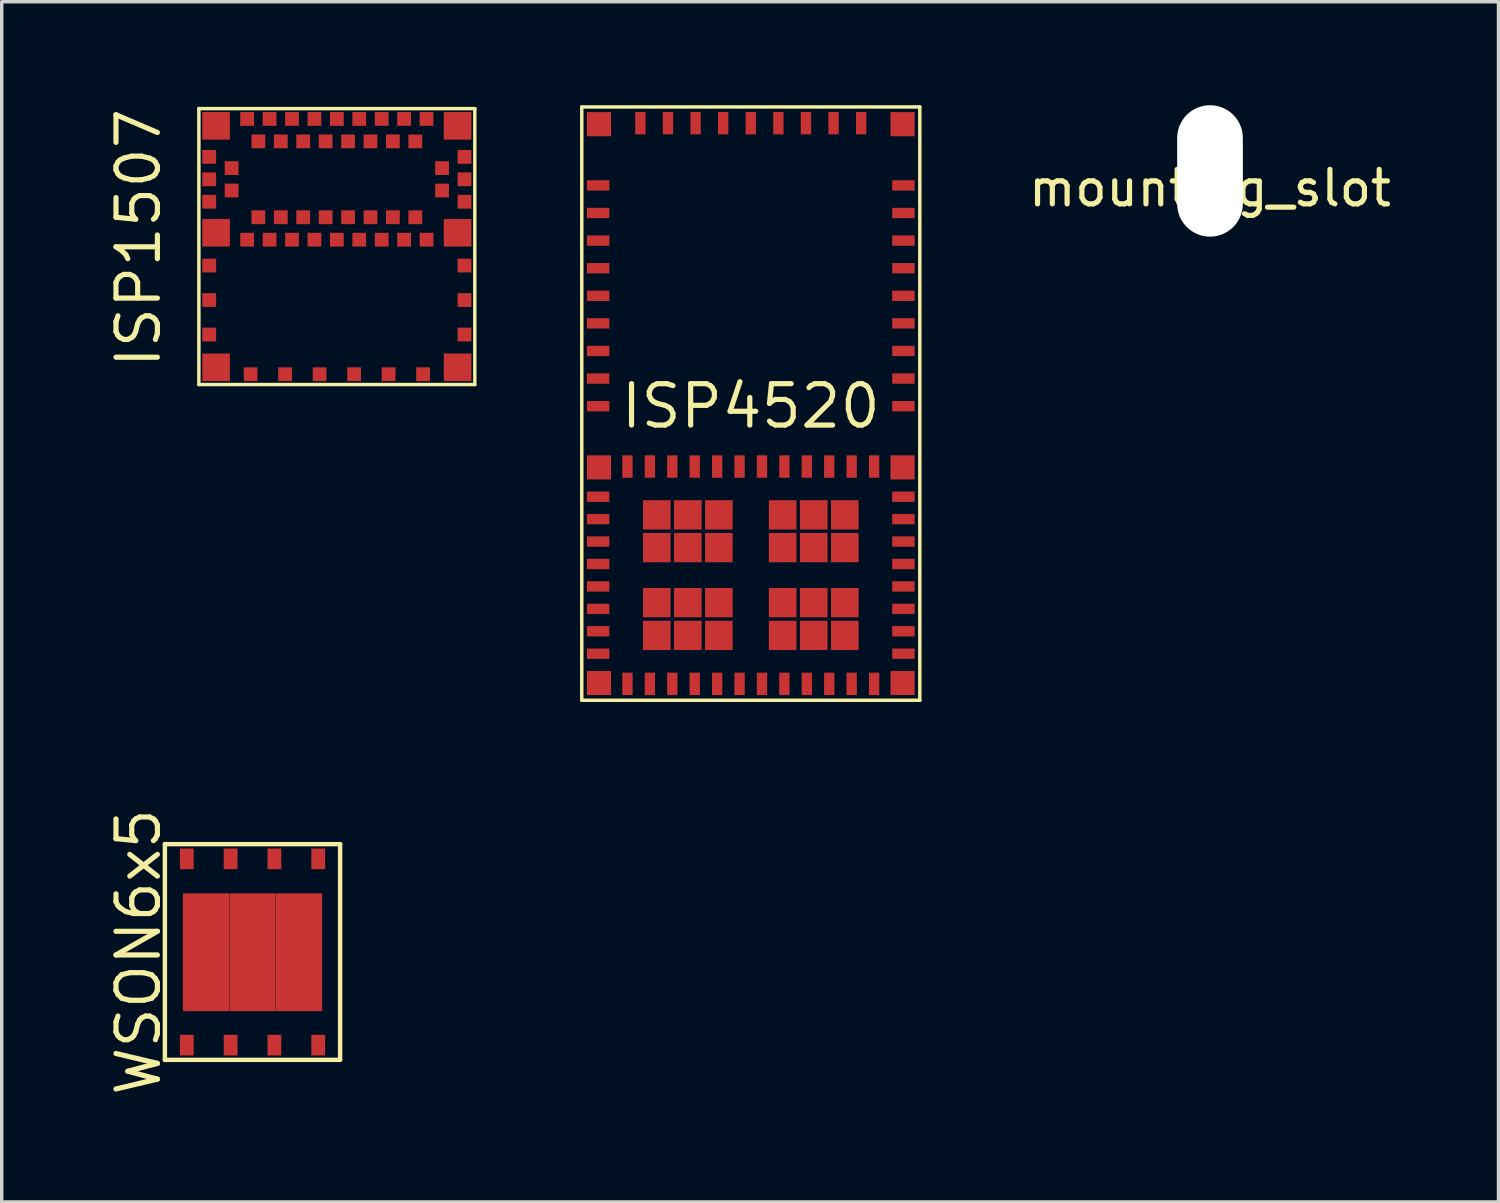
<source format=kicad_pcb>
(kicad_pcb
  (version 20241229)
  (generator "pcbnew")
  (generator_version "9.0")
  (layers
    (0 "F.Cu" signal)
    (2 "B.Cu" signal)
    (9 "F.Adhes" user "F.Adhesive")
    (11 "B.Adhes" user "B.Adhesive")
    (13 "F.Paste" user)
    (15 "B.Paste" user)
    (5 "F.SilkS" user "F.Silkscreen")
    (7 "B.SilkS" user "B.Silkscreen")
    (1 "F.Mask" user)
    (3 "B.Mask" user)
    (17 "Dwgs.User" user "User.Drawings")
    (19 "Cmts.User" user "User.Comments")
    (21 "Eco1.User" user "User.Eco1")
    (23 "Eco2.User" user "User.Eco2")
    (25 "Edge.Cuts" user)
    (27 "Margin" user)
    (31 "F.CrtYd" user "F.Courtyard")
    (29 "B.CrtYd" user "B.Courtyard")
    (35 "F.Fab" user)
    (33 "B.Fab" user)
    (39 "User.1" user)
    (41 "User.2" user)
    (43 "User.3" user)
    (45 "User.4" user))
  (footprint "ISP4520"
    (layer "F.Cu")
    (at 18.715 13.625)
    (property "Reference" "ISP4520" (at 0 -4.9 180) (layer "F.SilkS") (effects (font (size 1.2 1.2) (thickness 0.15))))
    (attr through_hole)
    (fp_line (start -4.9 -13.575) (end -4.9 3.625) (stroke (width 0.1) (type solid)) (layer "F.SilkS"))
    (fp_line (start -4.9 -13.575) (end 4.9 -13.575) (stroke (width 0.1) (type solid)) (layer "F.SilkS"))
    (fp_line (start -4.9 3.625) (end 4.9 3.625) (stroke (width 0.1) (type solid)) (layer "F.SilkS"))
    (fp_line (start 4.9 -13.575) (end 4.9 3.625) (stroke (width 0.1) (type solid)) (layer "F.SilkS"))
    (pad "1" smd rect (at -4.4 3.125) (size 0.7 0.7) (layers "F.Cu" "F.Mask" "F.Paste"))
    (pad "2" smd rect (at -3.575 3.15) (size 0.3 0.65) (layers "F.Cu" "F.Mask" "F.Paste"))
    (pad "3" smd rect (at -2.925 3.15) (size 0.3 0.65) (layers "F.Cu" "F.Mask" "F.Paste"))
    (pad "4" smd rect (at -2.275 3.15) (size 0.3 0.65) (layers "F.Cu" "F.Mask" "F.Paste"))
    (pad "5" smd rect (at -1.625 3.15) (size 0.3 0.65) (layers "F.Cu" "F.Mask" "F.Paste"))
    (pad "6" smd rect (at -0.975 3.15) (size 0.3 0.65) (layers "F.Cu" "F.Mask" "F.Paste"))
    (pad "7" smd rect (at -0.325 3.15) (size 0.3 0.65) (layers "F.Cu" "F.Mask" "F.Paste"))
    (pad "8" smd rect (at 0.325 3.15) (size 0.3 0.65) (layers "F.Cu" "F.Mask" "F.Paste"))
    (pad "9" smd rect (at 0.975 3.15) (size 0.3 0.65) (layers "F.Cu" "F.Mask" "F.Paste"))
    (pad "10" smd rect (at 1.625 3.15) (size 0.3 0.65) (layers "F.Cu" "F.Mask" "F.Paste"))
    (pad "11" smd rect (at 2.275 3.15) (size 0.3 0.65) (layers "F.Cu" "F.Mask" "F.Paste"))
    (pad "12" smd rect (at 2.925 3.15) (size 0.3 0.65) (layers "F.Cu" "F.Mask" "F.Paste"))
    (pad "13" smd rect (at 3.575 3.15) (size 0.3 0.65) (layers "F.Cu" "F.Mask" "F.Paste"))
    (pad "14" smd rect (at 4.4 3.125) (size 0.7 0.7) (layers "F.Cu" "F.Mask" "F.Paste"))
    (pad "15" smd rect (at 4.425 2.275 90) (size 0.3 0.65) (layers "F.Cu" "F.Mask" "F.Paste"))
    (pad "16" smd rect (at 4.425 1.625 90) (size 0.3 0.65) (layers "F.Cu" "F.Mask" "F.Paste"))
    (pad "17" smd rect (at 4.425 0.975 90) (size 0.3 0.65) (layers "F.Cu" "F.Mask" "F.Paste"))
    (pad "18" smd rect (at 4.425 0.325 90) (size 0.3 0.65) (layers "F.Cu" "F.Mask" "F.Paste"))
    (pad "19" smd rect (at 4.425 -0.325 90) (size 0.3 0.65) (layers "F.Cu" "F.Mask" "F.Paste"))
    (pad "20" smd rect (at 4.425 -0.975 90) (size 0.3 0.65) (layers "F.Cu" "F.Mask" "F.Paste"))
    (pad "21" smd rect (at 4.425 -1.625 90) (size 0.3 0.65) (layers "F.Cu" "F.Mask" "F.Paste"))
    (pad "22" smd rect (at 4.425 -2.275 90) (size 0.3 0.65) (layers "F.Cu" "F.Mask" "F.Paste"))
    (pad "23" smd rect (at 4.4 -3.125) (size 0.7 0.7) (layers "F.Cu" "F.Mask" "F.Paste"))
    (pad "24" smd rect (at 3.575 -3.15) (size 0.3 0.65) (layers "F.Cu" "F.Mask" "F.Paste"))
    (pad "25" smd rect (at 2.925 -3.15) (size 0.3 0.65) (layers "F.Cu" "F.Mask" "F.Paste"))
    (pad "26" smd rect (at 2.275 -3.15) (size 0.3 0.65) (layers "F.Cu" "F.Mask" "F.Paste"))
    (pad "27" smd rect (at 1.625 -3.15) (size 0.3 0.65) (layers "F.Cu" "F.Mask" "F.Paste"))
    (pad "28" smd rect (at 0.975 -3.15) (size 0.3 0.65) (layers "F.Cu" "F.Mask" "F.Paste"))
    (pad "29" smd rect (at 0.325 -3.15) (size 0.3 0.65) (layers "F.Cu" "F.Mask" "F.Paste"))
    (pad "30" smd rect (at -0.325 -3.15) (size 0.3 0.65) (layers "F.Cu" "F.Mask" "F.Paste"))
    (pad "31" smd rect (at -0.975 -3.15) (size 0.3 0.65) (layers "F.Cu" "F.Mask" "F.Paste"))
    (pad "32" smd rect (at -1.625 -3.15) (size 0.3 0.65) (layers "F.Cu" "F.Mask" "F.Paste"))
    (pad "33" smd rect (at -2.275 -3.15) (size 0.3 0.65) (layers "F.Cu" "F.Mask" "F.Paste"))
    (pad "34" smd rect (at -2.925 -3.15) (size 0.3 0.65) (layers "F.Cu" "F.Mask" "F.Paste"))
    (pad "35" smd rect (at -3.575 -3.15) (size 0.3 0.65) (layers "F.Cu" "F.Mask" "F.Paste"))
    (pad "36" smd rect (at -4.4 -3.125) (size 0.7 0.7) (layers "F.Cu" "F.Mask" "F.Paste"))
    (pad "37" smd rect (at -4.425 -2.275 90) (size 0.3 0.65) (layers "F.Cu" "F.Mask" "F.Paste"))
    (pad "38" smd rect (at -4.425 -1.625 90) (size 0.3 0.65) (layers "F.Cu" "F.Mask" "F.Paste"))
    (pad "39" smd rect (at -4.425 -0.975 90) (size 0.3 0.65) (layers "F.Cu" "F.Mask" "F.Paste"))
    (pad "40" smd rect (at -4.425 -0.325 90) (size 0.3 0.65) (layers "F.Cu" "F.Mask" "F.Paste"))
    (pad "41" smd rect (at -4.425 0.325 90) (size 0.3 0.65) (layers "F.Cu" "F.Mask" "F.Paste"))
    (pad "42" smd rect (at -4.425 0.975 90) (size 0.3 0.65) (layers "F.Cu" "F.Mask" "F.Paste"))
    (pad "43" smd rect (at -4.425 1.625 90) (size 0.3 0.65) (layers "F.Cu" "F.Mask" "F.Paste"))
    (pad "44" smd rect (at -4.425 2.275 90) (size 0.3 0.65) (layers "F.Cu" "F.Mask" "F.Paste"))
    (pad "45" smd rect (at 4.425 -4.9 90) (size 0.3 0.65) (layers "F.Cu" "F.Mask" "F.Paste"))
    (pad "46" smd rect (at 4.425 -5.7 90) (size 0.3 0.65) (layers "F.Cu" "F.Mask" "F.Paste"))
    (pad "47" smd rect (at 4.425 -6.5 90) (size 0.3 0.65) (layers "F.Cu" "F.Mask" "F.Paste"))
    (pad "48" smd rect (at 4.425 -7.3 90) (size 0.3 0.65) (layers "F.Cu" "F.Mask" "F.Paste"))
    (pad "49" smd rect (at 4.425 -8.1 90) (size 0.3 0.65) (layers "F.Cu" "F.Mask" "F.Paste"))
    (pad "50" smd rect (at 4.425 -8.9 90) (size 0.3 0.65) (layers "F.Cu" "F.Mask" "F.Paste"))
    (pad "51" smd rect (at 4.425 -9.7 90) (size 0.3 0.65) (layers "F.Cu" "F.Mask" "F.Paste"))
    (pad "52" smd rect (at 4.425 -10.5 90) (size 0.3 0.65) (layers "F.Cu" "F.Mask" "F.Paste"))
    (pad "53" smd rect (at 4.425 -11.3 90) (size 0.3 0.65) (layers "F.Cu" "F.Mask" "F.Paste"))
    (pad "54" smd rect (at 4.4 -13.075) (size 0.7 0.7) (layers "F.Cu" "F.Mask" "F.Paste"))
    (pad "55" smd rect (at 3.2 -13.105 180) (size 0.3 0.65) (layers "F.Cu" "F.Mask" "F.Paste"))
    (pad "56" smd rect (at 2.4 -13.105 180) (size 0.3 0.65) (layers "F.Cu" "F.Mask" "F.Paste"))
    (pad "57" smd rect (at 1.6 -13.105 180) (size 0.3 0.65) (layers "F.Cu" "F.Mask" "F.Paste"))
    (pad "58" smd rect (at 0.8 -13.105 180) (size 0.3 0.65) (layers "F.Cu" "F.Mask" "F.Paste"))
    (pad "59" smd rect (at 0 -13.105 180) (size 0.3 0.65) (layers "F.Cu" "F.Mask" "F.Paste"))
    (pad "60" smd rect (at -0.8 -13.105 180) (size 0.3 0.65) (layers "F.Cu" "F.Mask" "F.Paste"))
    (pad "61" smd rect (at -1.6 -13.105 180) (size 0.3 0.65) (layers "F.Cu" "F.Mask" "F.Paste"))
    (pad "62" smd rect (at -2.4 -13.105 180) (size 0.3 0.65) (layers "F.Cu" "F.Mask" "F.Paste"))
    (pad "63" smd rect (at -3.2 -13.105 180) (size 0.3 0.65) (layers "F.Cu" "F.Mask" "F.Paste"))
    (pad "64" smd rect (at -4.4 -13.075) (size 0.7 0.7) (layers "F.Cu" "F.Mask" "F.Paste"))
    (pad "65" smd rect (at -4.425 -11.3 90) (size 0.3 0.65) (layers "F.Cu" "F.Mask" "F.Paste"))
    (pad "66" smd rect (at -4.425 -10.5 90) (size 0.3 0.65) (layers "F.Cu" "F.Mask" "F.Paste"))
    (pad "67" smd rect (at -4.425 -9.7 90) (size 0.3 0.65) (layers "F.Cu" "F.Mask" "F.Paste"))
    (pad "68" smd rect (at -4.425 -8.9 90) (size 0.3 0.65) (layers "F.Cu" "F.Mask" "F.Paste"))
    (pad "69" smd rect (at -4.425 -8.1 90) (size 0.3 0.65) (layers "F.Cu" "F.Mask" "F.Paste"))
    (pad "70" smd rect (at -4.425 -7.3 90) (size 0.3 0.65) (layers "F.Cu" "F.Mask" "F.Paste"))
    (pad "71" smd rect (at -4.425 -6.5 90) (size 0.3 0.65) (layers "F.Cu" "F.Mask" "F.Paste"))
    (pad "72" smd rect (at -4.425 -5.7 90) (size 0.3 0.65) (layers "F.Cu" "F.Mask" "F.Paste"))
    (pad "73" smd rect (at -4.425 -4.9 90) (size 0.3 0.65) (layers "F.Cu" "F.Mask" "F.Paste"))
    (pad "74" smd rect (at -2.725 -1.75) (size 0.8 0.85) (layers "F.Cu" "F.Mask" "F.Paste"))
    (pad "74" smd rect (at -2.725 -0.8) (size 0.8 0.85) (layers "F.Cu" "F.Mask" "F.Paste"))
    (pad "74" smd rect (at -2.725 0.795) (size 0.8 0.85) (layers "F.Cu" "F.Mask" "F.Paste"))
    (pad "74" smd rect (at -2.725 1.745) (size 0.8 0.85) (layers "F.Cu" "F.Mask" "F.Paste"))
    (pad "74" smd rect (at -1.825 -1.75) (size 0.8 0.85) (layers "F.Cu" "F.Mask" "F.Paste"))
    (pad "74" smd rect (at -1.825 -0.8) (size 0.8 0.85) (layers "F.Cu" "F.Mask" "F.Paste"))
    (pad "74" smd rect (at -1.825 0.795) (size 0.8 0.85) (layers "F.Cu" "F.Mask" "F.Paste"))
    (pad "74" smd rect (at -1.825 1.745) (size 0.8 0.85) (layers "F.Cu" "F.Mask" "F.Paste"))
    (pad "74" smd rect (at -0.925 -1.75) (size 0.8 0.85) (layers "F.Cu" "F.Mask" "F.Paste"))
    (pad "74" smd rect (at -0.925 -0.8) (size 0.8 0.85) (layers "F.Cu" "F.Mask" "F.Paste"))
    (pad "74" smd rect (at -0.925 0.795) (size 0.8 0.85) (layers "F.Cu" "F.Mask" "F.Paste"))
    (pad "74" smd rect (at -0.925 1.745) (size 0.8 0.85) (layers "F.Cu" "F.Mask" "F.Paste"))
    (pad "74" smd rect (at 0.925 -1.75) (size 0.8 0.85) (layers "F.Cu" "F.Mask" "F.Paste"))
    (pad "74" smd rect (at 0.925 -0.8) (size 0.8 0.85) (layers "F.Cu" "F.Mask" "F.Paste"))
    (pad "74" smd rect (at 0.925 0.795) (size 0.8 0.85) (layers "F.Cu" "F.Mask" "F.Paste"))
    (pad "74" smd rect (at 0.925 1.745) (size 0.8 0.85) (layers "F.Cu" "F.Mask" "F.Paste"))
    (pad "74" smd rect (at 1.825 -1.75) (size 0.8 0.85) (layers "F.Cu" "F.Mask" "F.Paste"))
    (pad "74" smd rect (at 1.825 -0.8) (size 0.8 0.85) (layers "F.Cu" "F.Mask" "F.Paste"))
    (pad "74" smd rect (at 1.825 0.795) (size 0.8 0.85) (layers "F.Cu" "F.Mask" "F.Paste"))
    (pad "74" smd rect (at 1.825 1.745) (size 0.8 0.85) (layers "F.Cu" "F.Mask" "F.Paste"))
    (pad "74" smd rect (at 2.725 -1.75) (size 0.8 0.85) (layers "F.Cu" "F.Mask" "F.Paste"))
    (pad "74" smd rect (at 2.725 -0.8) (size 0.8 0.85) (layers "F.Cu" "F.Mask" "F.Paste"))
    (pad "74" smd rect (at 2.725 0.795) (size 0.8 0.85) (layers "F.Cu" "F.Mask" "F.Paste"))
    (pad "74" smd rect (at 2.725 1.745) (size 0.8 0.85) (layers "F.Cu" "F.Mask" "F.Paste")))
  (footprint "mounting_slot"
    (layer "F.Cu")
    (at 32.028 1.905)
    (property "Reference" "mounting_slot" (at 0 0.5 0) (layer "F.SilkS") (effects (font (size 1 1) (thickness 0.15))))
    (attr through_hole)
    (pad "" np_thru_hole oval (at 0 0) (size 1.905 3.81) (drill oval 1.905 3.81) (layers "*.Cu" "*.Mask")))
  (footprint "ISP1507"
    (layer "F.Cu")
    (at 6.715 4.098)
    (property "Reference" "ISP1507" (at -5.75 -0.25 90) (layer "F.SilkS") (effects (font (size 1.2 1.2) (thickness 0.15))))
    (attr through_hole)
    (fp_line (start -4 -4) (end -4 4) (stroke (width 0.1) (type solid)) (layer "F.SilkS"))
    (fp_line (start -4 4) (end 4 4) (stroke (width 0.1) (type solid)) (layer "F.SilkS"))
    (fp_line (start 4 -4) (end -4 -4) (stroke (width 0.1) (type solid)) (layer "F.SilkS"))
    (fp_line (start 4 -4) (end 4 4) (stroke (width 0.1) (type solid)) (layer "F.SilkS"))
    (pad "1" smd rect (at -3.5 -3.5) (size 0.8 0.8) (layers "F.Cu" "F.Mask" "F.Paste"))
    (pad "2" smd rect (at -3.7 -2.6 90) (size 0.4 0.4) (layers "F.Cu" "F.Mask" "F.Paste"))
    (pad "3" smd rect (at -3.05 -2.275 90) (size 0.4 0.4) (layers "F.Cu" "F.Mask" "F.Paste"))
    (pad "4" smd rect (at -3.7 -1.95 90) (size 0.4 0.4) (layers "F.Cu" "F.Mask" "F.Paste"))
    (pad "5" smd rect (at -3.05 -1.625 90) (size 0.4 0.4) (layers "F.Cu" "F.Mask" "F.Paste"))
    (pad "6" smd rect (at -3.7 -1.3 90) (size 0.4 0.4) (layers "F.Cu" "F.Mask" "F.Paste"))
    (pad "7" smd rect (at -3.5 -0.4) (size 0.8 0.8) (layers "F.Cu" "F.Mask" "F.Paste"))
    (pad "8" smd rect (at -2.6 -0.2) (size 0.4 0.4) (layers "F.Cu" "F.Mask" "F.Paste"))
    (pad "9" smd rect (at -2.275 -0.85) (size 0.4 0.4) (layers "F.Cu" "F.Mask" "F.Paste"))
    (pad "10" smd rect (at -1.95 -0.2) (size 0.4 0.4) (layers "F.Cu" "F.Mask" "F.Paste"))
    (pad "11" smd rect (at -1.625 -0.85) (size 0.4 0.4) (layers "F.Cu" "F.Mask" "F.Paste"))
    (pad "12" smd rect (at -1.3 -0.2) (size 0.4 0.4) (layers "F.Cu" "F.Mask" "F.Paste"))
    (pad "13" smd rect (at -0.975 -0.85) (size 0.4 0.4) (layers "F.Cu" "F.Mask" "F.Paste"))
    (pad "14" smd rect (at -0.65 -0.2) (size 0.4 0.4) (layers "F.Cu" "F.Mask" "F.Paste"))
    (pad "15" smd rect (at -0.325 -0.85) (size 0.4 0.4) (layers "F.Cu" "F.Mask" "F.Paste"))
    (pad "16" smd rect (at 0 -0.2) (size 0.4 0.4) (layers "F.Cu" "F.Mask" "F.Paste"))
    (pad "17" smd rect (at 0.325 -0.85) (size 0.4 0.4) (layers "F.Cu" "F.Mask" "F.Paste"))
    (pad "18" smd rect (at 0.65 -0.2) (size 0.4 0.4) (layers "F.Cu" "F.Mask" "F.Paste"))
    (pad "19" smd rect (at 0.975 -0.85) (size 0.4 0.4) (layers "F.Cu" "F.Mask" "F.Paste"))
    (pad "20" smd rect (at 1.3 -0.2) (size 0.4 0.4) (layers "F.Cu" "F.Mask" "F.Paste"))
    (pad "21" smd rect (at 1.625 -0.85) (size 0.4 0.4) (layers "F.Cu" "F.Mask" "F.Paste"))
    (pad "22" smd rect (at 1.95 -0.2) (size 0.4 0.4) (layers "F.Cu" "F.Mask" "F.Paste"))
    (pad "23" smd rect (at 2.275 -0.85) (size 0.4 0.4) (layers "F.Cu" "F.Mask" "F.Paste"))
    (pad "24" smd rect (at 2.6 -0.2) (size 0.4 0.4) (layers "F.Cu" "F.Mask" "F.Paste"))
    (pad "25" smd rect (at 3.5 -0.4) (size 0.8 0.8) (layers "F.Cu" "F.Mask" "F.Paste"))
    (pad "26" smd rect (at 3.7 -1.3 90) (size 0.4 0.4) (layers "F.Cu" "F.Mask" "F.Paste"))
    (pad "27" smd rect (at 3.05 -1.625 90) (size 0.4 0.4) (layers "F.Cu" "F.Mask" "F.Paste"))
    (pad "28" smd rect (at 3.7 -1.95 90) (size 0.4 0.4) (layers "F.Cu" "F.Mask" "F.Paste"))
    (pad "29" smd rect (at 3.05 -2.275 90) (size 0.4 0.4) (layers "F.Cu" "F.Mask" "F.Paste"))
    (pad "30" smd rect (at 3.7 -2.6 90) (size 0.4 0.4) (layers "F.Cu" "F.Mask" "F.Paste"))
    (pad "31" smd rect (at 3.5 -3.5) (size 0.8 0.8) (layers "F.Cu" "F.Mask" "F.Paste"))
    (pad "32" smd rect (at 2.6 -3.7) (size 0.4 0.4) (layers "F.Cu" "F.Mask" "F.Paste"))
    (pad "33" smd rect (at 2.275 -3.05) (size 0.4 0.4) (layers "F.Cu" "F.Mask" "F.Paste"))
    (pad "34" smd rect (at 1.95 -3.7) (size 0.4 0.4) (layers "F.Cu" "F.Mask" "F.Paste"))
    (pad "35" smd rect (at 1.625 -3.05) (size 0.4 0.4) (layers "F.Cu" "F.Mask" "F.Paste"))
    (pad "36" smd rect (at 1.3 -3.7) (size 0.4 0.4) (layers "F.Cu" "F.Mask" "F.Paste"))
    (pad "37" smd rect (at 0.975 -3.05) (size 0.4 0.4) (layers "F.Cu" "F.Mask" "F.Paste"))
    (pad "38" smd rect (at 0.65 -3.7) (size 0.4 0.4) (layers "F.Cu" "F.Mask" "F.Paste"))
    (pad "39" smd rect (at 0.325 -3.05) (size 0.4 0.4) (layers "F.Cu" "F.Mask" "F.Paste"))
    (pad "40" smd rect (at 0 -3.7) (size 0.4 0.4) (layers "F.Cu" "F.Mask" "F.Paste"))
    (pad "41" smd rect (at -0.325 -3.05) (size 0.4 0.4) (layers "F.Cu" "F.Mask" "F.Paste"))
    (pad "42" smd rect (at -0.65 -3.7) (size 0.4 0.4) (layers "F.Cu" "F.Mask" "F.Paste"))
    (pad "43" smd rect (at -0.975 -3.05) (size 0.4 0.4) (layers "F.Cu" "F.Mask" "F.Paste"))
    (pad "44" smd rect (at -1.3 -3.7) (size 0.4 0.4) (layers "F.Cu" "F.Mask" "F.Paste"))
    (pad "45" smd rect (at -1.625 -3.05) (size 0.4 0.4) (layers "F.Cu" "F.Mask" "F.Paste"))
    (pad "46" smd rect (at -1.95 -3.7) (size 0.4 0.4) (layers "F.Cu" "F.Mask" "F.Paste"))
    (pad "47" smd rect (at -2.275 -3.05) (size 0.4 0.4) (layers "F.Cu" "F.Mask" "F.Paste"))
    (pad "48" smd rect (at -2.6 -3.7) (size 0.4 0.4) (layers "F.Cu" "F.Mask" "F.Paste"))
    (pad "49" smd rect (at -3.7 0.55) (size 0.4 0.4) (layers "F.Cu" "F.Mask" "F.Paste"))
    (pad "50" smd rect (at -3.7 1.55) (size 0.4 0.4) (layers "F.Cu" "F.Mask" "F.Paste"))
    (pad "51" smd rect (at -3.7 2.55) (size 0.4 0.4) (layers "F.Cu" "F.Mask" "F.Paste"))
    (pad "52" smd rect (at -3.5 3.5) (size 0.8 0.8) (layers "F.Cu" "F.Mask" "F.Paste"))
    (pad "53" smd rect (at -2.5 3.7) (size 0.4 0.4) (layers "F.Cu" "F.Mask" "F.Paste"))
    (pad "54" smd rect (at -1.5 3.7) (size 0.4 0.4) (layers "F.Cu" "F.Mask" "F.Paste"))
    (pad "55" smd rect (at -0.5 3.7) (size 0.4 0.4) (layers "F.Cu" "F.Mask" "F.Paste"))
    (pad "56" smd rect (at 0.5 3.7) (size 0.4 0.4) (layers "F.Cu" "F.Mask" "F.Paste"))
    (pad "57" smd rect (at 1.5 3.7) (size 0.4 0.4) (layers "F.Cu" "F.Mask" "F.Paste"))
    (pad "58" smd rect (at 2.5 3.7) (size 0.4 0.4) (layers "F.Cu" "F.Mask" "F.Paste"))
    (pad "59" smd rect (at 3.5 3.5) (size 0.8 0.8) (layers "F.Cu" "F.Mask" "F.Paste"))
    (pad "60" smd rect (at 3.7 2.55) (size 0.4 0.4) (layers "F.Cu" "F.Mask" "F.Paste"))
    (pad "61" smd rect (at 3.7 1.55) (size 0.4 0.4) (layers "F.Cu" "F.Mask" "F.Paste"))
    (pad "62" smd rect (at 3.7 0.55) (size 0.4 0.4) (layers "F.Cu" "F.Mask" "F.Paste")))
  (footprint "WSON6x5"
    (layer "F.Cu")
    (at 4.27 24.548)
    (property "Reference" "WSON6x5" (at -3.305 0 90) (layer "F.SilkS") (effects (font (size 1.2 1.2) (thickness 0.15))))
    (attr through_hole)
    (fp_line (start -2.54 -3.127) (end -2.54 3.127) (stroke (width 0.127) (type solid)) (layer "F.SilkS"))
    (fp_line (start -2.54 3.127) (end 2.54 3.127) (stroke (width 0.127) (type solid)) (layer "F.SilkS"))
    (fp_line (start 2.54 -3.127) (end -2.54 -3.127) (stroke (width 0.127) (type solid)) (layer "F.SilkS"))
    (fp_line (start 2.54 3.127) (end 2.54 -3.127) (stroke (width 0.127) (type solid)) (layer "F.SilkS"))
    (pad "1" smd rect (at -1.905 2.7) (size 0.4 0.6) (layers "F.Cu" "F.Mask" "F.Paste"))
    (pad "2" smd rect (at -0.635 2.7) (size 0.4 0.6) (layers "F.Cu" "F.Mask" "F.Paste"))
    (pad "3" smd rect (at 0.635 2.7) (size 0.4 0.6) (layers "F.Cu" "F.Mask" "F.Paste"))
    (pad "4" smd rect (at 1.905 2.7) (size 0.4 0.6) (layers "F.Cu" "F.Mask" "F.Paste"))
    (pad "5" smd rect (at 1.905 -2.7) (size 0.4 0.6) (layers "F.Cu" "F.Mask" "F.Paste"))
    (pad "6" smd rect (at 0.635 -2.7) (size 0.4 0.6) (layers "F.Cu" "F.Mask" "F.Paste"))
    (pad "7" smd rect (at -0.635 -2.7) (size 0.4 0.6) (layers "F.Cu" "F.Mask" "F.Paste"))
    (pad "8" smd rect (at -1.905 -2.7) (size 0.4 0.6) (layers "F.Cu" "F.Mask" "F.Paste"))
    (pad "9" smd rect (at -1.35 -0.843) (size 1.339 1.714) (layers "F.Cu" "F.Mask" "F.Paste"))
    (pad "9" smd rect (at -1.35 0.857) (size 1.339 1.714) (layers "F.Cu" "F.Mask" "F.Paste"))
    (pad "9" smd rect (at 0 -0.843) (size 1.339 1.714) (layers "F.Cu" "F.Mask" "F.Paste"))
    (pad "9" smd rect (at 0 0.857) (size 1.339 1.714) (layers "F.Cu" "F.Mask" "F.Paste"))
    (pad "9" smd rect (at 1.35 -0.843) (size 1.339 1.714) (layers "F.Cu" "F.Mask" "F.Paste"))
    (pad "9" smd rect (at 1.35 0.857) (size 1.339 1.714) (layers "F.Cu" "F.Mask" "F.Paste")))
  (gr_rect
    (start -3 -3)
    (end 40.391 31.796)
    (stroke (width 0.1) (type default))
    (fill no)
    (layer "Edge.Cuts")))
</source>
